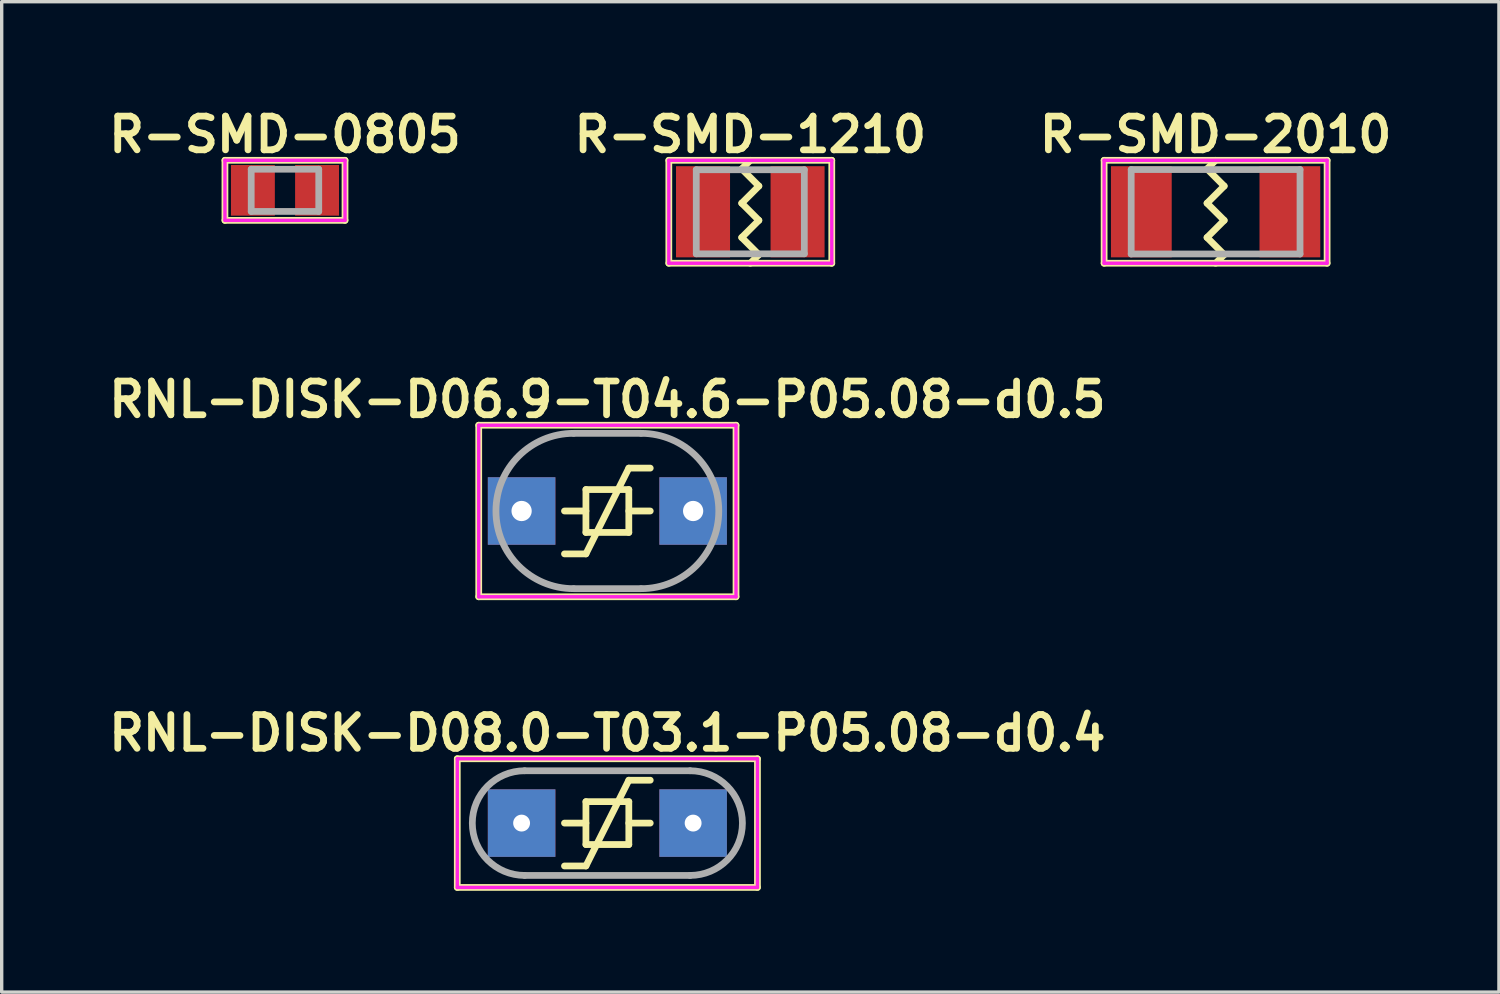
<source format=kicad_pcb>
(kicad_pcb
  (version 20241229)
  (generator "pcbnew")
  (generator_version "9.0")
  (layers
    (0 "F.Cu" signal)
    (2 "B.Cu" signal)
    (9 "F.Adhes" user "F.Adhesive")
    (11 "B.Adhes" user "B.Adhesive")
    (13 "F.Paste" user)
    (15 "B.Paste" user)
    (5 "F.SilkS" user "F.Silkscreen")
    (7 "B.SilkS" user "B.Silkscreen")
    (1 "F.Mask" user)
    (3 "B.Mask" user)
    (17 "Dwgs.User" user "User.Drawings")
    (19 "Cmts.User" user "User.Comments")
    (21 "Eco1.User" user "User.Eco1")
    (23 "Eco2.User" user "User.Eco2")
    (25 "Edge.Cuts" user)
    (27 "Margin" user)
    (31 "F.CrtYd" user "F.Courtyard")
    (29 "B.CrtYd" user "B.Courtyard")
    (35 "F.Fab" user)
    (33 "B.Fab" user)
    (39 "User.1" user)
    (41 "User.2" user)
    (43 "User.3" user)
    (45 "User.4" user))
  (footprint "R-SMD-2010"
    (layer "F.Cu")
    (at 32.952 3.222)
    (property "Reference" "R-SMD-2010" (at 0 -2.286 0) (layer "F.SilkS") (effects (font (size 1 1) (thickness 0.2))))
    (attr through_hole)
    (fp_line (start -3.302 -1.524) (end -3.302 1.524) (stroke (width 0.2) (type solid)) (layer "F.SilkS"))
    (fp_line (start -3.302 -1.524) (end 3.302 -1.524) (stroke (width 0.2) (type solid)) (layer "F.SilkS"))
    (fp_line (start -3.302 1.524) (end 3.302 1.524) (stroke (width 0.2) (type solid)) (layer "F.SilkS"))
    (fp_line (start -0.254 -1.27) (end 0 -1.524) (stroke (width 0.2) (type solid)) (layer "F.SilkS"))
    (fp_line (start -0.254 -0.254) (end 0.254 -0.762) (stroke (width 0.2) (type solid)) (layer "F.SilkS"))
    (fp_line (start -0.254 -0.254) (end 0.254 0.254) (stroke (width 0.2) (type solid)) (layer "F.SilkS"))
    (fp_line (start -0.254 0.762) (end 0.254 1.27) (stroke (width 0.2) (type solid)) (layer "F.SilkS"))
    (fp_line (start 0.254 -0.762) (end -0.254 -1.27) (stroke (width 0.2) (type solid)) (layer "F.SilkS"))
    (fp_line (start 0.254 0.254) (end -0.254 0.762) (stroke (width 0.2) (type solid)) (layer "F.SilkS"))
    (fp_line (start 0.254 1.27) (end 0 1.524) (stroke (width 0.2) (type solid)) (layer "F.SilkS"))
    (fp_line (start 3.302 -1.524) (end 3.302 1.524) (stroke (width 0.2) (type solid)) (layer "F.SilkS"))
    (fp_line (start -3.302 -1.524) (end 3.302 -1.524) (stroke (width 0.1) (type solid)) (layer "F.CrtYd"))
    (fp_line (start -3.302 1.524) (end -3.302 -1.524) (stroke (width 0.1) (type solid)) (layer "F.CrtYd"))
    (fp_line (start 3.302 -1.524) (end 3.302 1.524) (stroke (width 0.1) (type solid)) (layer "F.CrtYd"))
    (fp_line (start 3.302 1.524) (end -3.302 1.524) (stroke (width 0.1) (type solid)) (layer "F.CrtYd"))
    (fp_line (start -2.5 -1.25) (end -2.5 1.25) (stroke (width 0.2) (type solid)) (layer "F.Fab"))
    (fp_line (start -2.5 -1.25) (end 2.5 -1.25) (stroke (width 0.2) (type solid)) (layer "F.Fab"))
    (fp_line (start -2.5 1.25) (end 2.5 1.25) (stroke (width 0.2) (type solid)) (layer "F.Fab"))
    (fp_line (start 2.5 -1.25) (end 2.5 1.25) (stroke (width 0.2) (type solid)) (layer "F.Fab"))
    (pad "1" smd rect (at -2.2 0) (size 1.8 2.7) (layers "F.Cu" "F.Mask" "F.Paste"))
    (pad "2" smd rect (at 2.2 0) (size 1.8 2.7) (layers "F.Cu" "F.Mask" "F.Paste")))
  (footprint "R-SMD-0805"
    (layer "F.Cu")
    (at 5.39 2.587)
    (property "Reference" "R-SMD-0805" (at 0 -1.651 0) (layer "F.SilkS") (effects (font (size 1 1) (thickness 0.2))))
    (attr through_hole)
    (fp_line (start -1.778 -0.889) (end 1.778 -0.889) (stroke (width 0.2) (type solid)) (layer "F.SilkS"))
    (fp_line (start -1.778 0.889) (end -1.778 -0.889) (stroke (width 0.2) (type solid)) (layer "F.SilkS"))
    (fp_line (start -1.778 0.889) (end 1.778 0.889) (stroke (width 0.2) (type solid)) (layer "F.SilkS"))
    (fp_line (start 1.778 -0.889) (end 1.778 0.889) (stroke (width 0.2) (type solid)) (layer "F.SilkS"))
    (fp_line (start -1.778 -0.889) (end 1.778 -0.889) (stroke (width 0.1) (type solid)) (layer "F.CrtYd"))
    (fp_line (start -1.778 0.889) (end -1.778 -0.889) (stroke (width 0.1) (type solid)) (layer "F.CrtYd"))
    (fp_line (start 1.778 -0.889) (end 1.778 0.889) (stroke (width 0.1) (type solid)) (layer "F.CrtYd"))
    (fp_line (start 1.778 0.889) (end -1.778 0.889) (stroke (width 0.1) (type solid)) (layer "F.CrtYd"))
    (fp_line (start -1 -0.625) (end -1 0.625) (stroke (width 0.2) (type solid)) (layer "F.Fab"))
    (fp_line (start -1 -0.625) (end 1 -0.625) (stroke (width 0.2) (type solid)) (layer "F.Fab"))
    (fp_line (start -1 0.625) (end 1 0.625) (stroke (width 0.2) (type solid)) (layer "F.Fab"))
    (fp_line (start 1 -0.625) (end 1 0.625) (stroke (width 0.2) (type solid)) (layer "F.Fab"))
    (pad "1" smd rect (at -0.95 0) (size 1.3 1.5) (layers "F.Cu" "F.Mask" "F.Paste"))
    (pad "2" smd rect (at 0.95 0) (size 1.3 1.5) (layers "F.Cu" "F.Mask" "F.Paste")))
  (footprint "RNL-DISK-D06.9-T04.6-P05.08-d0.5"
    (layer "F.Cu")
    (at 14.938 12.084)
    (property "Reference" "RNL-DISK-D06.9-T04.6-P05.08-d0.5" (at 0 -3.302 0) (layer "F.SilkS") (effects (font (size 1 1) (thickness 0.2))))
    (attr through_hole)
    (fp_line (start -3.81 -2.54) (end -3.81 2.54) (stroke (width 0.2) (type solid)) (layer "F.SilkS"))
    (fp_line (start -3.81 -2.54) (end 3.81 -2.54) (stroke (width 0.2) (type solid)) (layer "F.SilkS"))
    (fp_line (start -3.81 2.54) (end 3.81 2.54) (stroke (width 0.2) (type solid)) (layer "F.SilkS"))
    (fp_line (start -1.27 0) (end -0.635 0) (stroke (width 0.2) (type solid)) (layer "F.SilkS"))
    (fp_line (start -1.27 1.27) (end -0.635 1.27) (stroke (width 0.2) (type solid)) (layer "F.SilkS"))
    (fp_line (start -0.635 -0.635) (end -0.635 0.635) (stroke (width 0.2) (type solid)) (layer "F.SilkS"))
    (fp_line (start -0.635 -0.635) (end 0.635 -0.635) (stroke (width 0.2) (type solid)) (layer "F.SilkS"))
    (fp_line (start -0.635 0.635) (end 0.635 0.635) (stroke (width 0.2) (type solid)) (layer "F.SilkS"))
    (fp_line (start -0.635 1.27) (end 0.635 -1.27) (stroke (width 0.2) (type solid)) (layer "F.SilkS"))
    (fp_line (start 0.635 -1.27) (end 1.27 -1.27) (stroke (width 0.2) (type solid)) (layer "F.SilkS"))
    (fp_line (start 0.635 -0.635) (end 0.635 0.635) (stroke (width 0.2) (type solid)) (layer "F.SilkS"))
    (fp_line (start 0.635 0) (end 1.27 0) (stroke (width 0.2) (type solid)) (layer "F.SilkS"))
    (fp_line (start 3.81 -2.54) (end 3.81 2.54) (stroke (width 0.2) (type solid)) (layer "F.SilkS"))
    (fp_line (start -3.81 -2.54) (end -3.81 2.54) (stroke (width 0.1) (type solid)) (layer "F.CrtYd"))
    (fp_line (start -3.81 -2.54) (end 3.81 -2.54) (stroke (width 0.1) (type solid)) (layer "F.CrtYd"))
    (fp_line (start -3.81 2.54) (end 3.81 2.54) (stroke (width 0.1) (type solid)) (layer "F.CrtYd"))
    (fp_line (start 3.81 -2.54) (end 3.81 2.54) (stroke (width 0.1) (type solid)) (layer "F.CrtYd"))
    (fp_line (start -1 -2.3) (end 1 -2.3) (stroke (width 0.2) (type solid)) (layer "F.Fab"))
    (fp_line (start -1 2.3) (end 1 2.3) (stroke (width 0.2) (type solid)) (layer "F.Fab"))
    (fp_arc (start -1 2.3) (mid -3.3 0) (end -1 -2.3) (stroke (width 0.2) (type solid)) (layer "F.Fab"))
    (fp_arc (start 1 -2.3) (mid 3.3 0) (end 1 2.3) (stroke (width 0.2) (type solid)) (layer "F.Fab"))
    (pad "1" thru_hole rect (at -2.54 0) (size 2 2) (drill 0.6) (layers "*.Cu" "*.Mask"))
    (pad "2" thru_hole rect (at 2.54 0) (size 2 2) (drill 0.6) (layers "*.Cu" "*.Mask")))
  (footprint "R-SMD-1210"
    (layer "F.Cu")
    (at 19.171 3.222)
    (property "Reference" "R-SMD-1210" (at 0 -2.286 0) (layer "F.SilkS") (effects (font (size 1 1) (thickness 0.2))))
    (attr through_hole)
    (fp_line (start -2.413 -1.524) (end -2.413 1.524) (stroke (width 0.2) (type solid)) (layer "F.SilkS"))
    (fp_line (start -2.413 -1.524) (end 2.413 -1.524) (stroke (width 0.2) (type solid)) (layer "F.SilkS"))
    (fp_line (start -2.413 1.524) (end 2.413 1.524) (stroke (width 0.2) (type solid)) (layer "F.SilkS"))
    (fp_line (start -0.254 -1.27) (end 0 -1.524) (stroke (width 0.2) (type solid)) (layer "F.SilkS"))
    (fp_line (start -0.254 -0.254) (end 0.254 -0.762) (stroke (width 0.2) (type solid)) (layer "F.SilkS"))
    (fp_line (start -0.254 -0.254) (end 0.254 0.254) (stroke (width 0.2) (type solid)) (layer "F.SilkS"))
    (fp_line (start -0.254 0.762) (end 0.254 1.27) (stroke (width 0.2) (type solid)) (layer "F.SilkS"))
    (fp_line (start 0.254 -0.762) (end -0.254 -1.27) (stroke (width 0.2) (type solid)) (layer "F.SilkS"))
    (fp_line (start 0.254 0.254) (end -0.254 0.762) (stroke (width 0.2) (type solid)) (layer "F.SilkS"))
    (fp_line (start 0.254 1.27) (end 0 1.524) (stroke (width 0.2) (type solid)) (layer "F.SilkS"))
    (fp_line (start 2.413 -1.524) (end 2.413 1.524) (stroke (width 0.2) (type solid)) (layer "F.SilkS"))
    (fp_line (start -2.413 -1.524) (end 2.413 -1.524) (stroke (width 0.1) (type solid)) (layer "F.CrtYd"))
    (fp_line (start -2.413 1.524) (end -2.413 -1.524) (stroke (width 0.1) (type solid)) (layer "F.CrtYd"))
    (fp_line (start 2.413 -1.524) (end 2.413 1.524) (stroke (width 0.1) (type solid)) (layer "F.CrtYd"))
    (fp_line (start 2.413 1.524) (end -2.413 1.524) (stroke (width 0.1) (type solid)) (layer "F.CrtYd"))
    (fp_line (start -1.6 -1.245) (end -1.6 1.245) (stroke (width 0.2) (type solid)) (layer "F.Fab"))
    (fp_line (start -1.6 -1.245) (end 1.6 -1.245) (stroke (width 0.2) (type solid)) (layer "F.Fab"))
    (fp_line (start -1.6 1.245) (end 1.6 1.245) (stroke (width 0.2) (type solid)) (layer "F.Fab"))
    (fp_line (start 1.6 -1.245) (end 1.6 1.245) (stroke (width 0.2) (type solid)) (layer "F.Fab"))
    (pad "1" smd rect (at -1.4 0) (size 1.6 2.7) (layers "F.Cu" "F.Mask" "F.Paste"))
    (pad "2" smd rect (at 1.4 0) (size 1.6 2.7) (layers "F.Cu" "F.Mask" "F.Paste")))
  (footprint "RNL-DISK-D08.0-T03.1-P05.08-d0.4"
    (layer "F.Cu")
    (at 14.938 21.327)
    (property "Reference" "RNL-DISK-D08.0-T03.1-P05.08-d0.4" (at 0 -2.667 0) (layer "F.SilkS") (effects (font (size 1 1) (thickness 0.2))))
    (attr through_hole)
    (fp_line (start -4.445 -1.905) (end -4.445 1.905) (stroke (width 0.2) (type solid)) (layer "F.SilkS"))
    (fp_line (start -4.445 -1.905) (end 4.445 -1.905) (stroke (width 0.2) (type solid)) (layer "F.SilkS"))
    (fp_line (start -4.445 1.905) (end 4.445 1.905) (stroke (width 0.2) (type solid)) (layer "F.SilkS"))
    (fp_line (start -1.27 0) (end -0.635 0) (stroke (width 0.2) (type solid)) (layer "F.SilkS"))
    (fp_line (start -1.27 1.27) (end -0.635 1.27) (stroke (width 0.2) (type solid)) (layer "F.SilkS"))
    (fp_line (start -0.635 -0.635) (end -0.635 0.635) (stroke (width 0.2) (type solid)) (layer "F.SilkS"))
    (fp_line (start -0.635 -0.635) (end 0.635 -0.635) (stroke (width 0.2) (type solid)) (layer "F.SilkS"))
    (fp_line (start -0.635 0.635) (end 0.635 0.635) (stroke (width 0.2) (type solid)) (layer "F.SilkS"))
    (fp_line (start -0.635 1.27) (end 0.635 -1.27) (stroke (width 0.2) (type solid)) (layer "F.SilkS"))
    (fp_line (start 0.635 -1.27) (end 1.27 -1.27) (stroke (width 0.2) (type solid)) (layer "F.SilkS"))
    (fp_line (start 0.635 -0.635) (end 0.635 0.635) (stroke (width 0.2) (type solid)) (layer "F.SilkS"))
    (fp_line (start 0.635 0) (end 1.27 0) (stroke (width 0.2) (type solid)) (layer "F.SilkS"))
    (fp_line (start 4.445 -1.905) (end 4.445 1.905) (stroke (width 0.2) (type solid)) (layer "F.SilkS"))
    (fp_line (start -4.445 -1.905) (end -4.445 1.905) (stroke (width 0.1) (type solid)) (layer "F.CrtYd"))
    (fp_line (start -4.445 -1.905) (end 4.445 -1.905) (stroke (width 0.1) (type solid)) (layer "F.CrtYd"))
    (fp_line (start -4.445 1.905) (end 4.445 1.905) (stroke (width 0.1) (type solid)) (layer "F.CrtYd"))
    (fp_line (start 4.445 -1.905) (end 4.445 1.905) (stroke (width 0.1) (type solid)) (layer "F.CrtYd"))
    (fp_line (start -2.45 -1.55) (end 2.45 -1.55) (stroke (width 0.2) (type solid)) (layer "F.Fab"))
    (fp_line (start -2.45 1.55) (end 2.45 1.55) (stroke (width 0.2) (type solid)) (layer "F.Fab"))
    (fp_arc (start -2.45 1.55) (mid -4 0) (end -2.45 -1.55) (stroke (width 0.2) (type solid)) (layer "F.Fab"))
    (fp_arc (start 2.45 -1.55) (mid 4 0) (end 2.45 1.55) (stroke (width 0.2) (type solid)) (layer "F.Fab"))
    (pad "1" thru_hole rect (at -2.54 0) (size 2 2) (drill 0.5) (layers "*.Cu" "*.Mask"))
    (pad "2" thru_hole rect (at 2.54 0) (size 2 2) (drill 0.5) (layers "*.Cu" "*.Mask")))
  (gr_rect
    (start -3 -3)
    (end 41.343 26.332)
    (stroke (width 0.1) (type default))
    (fill no)
    (layer "Edge.Cuts")))
</source>
